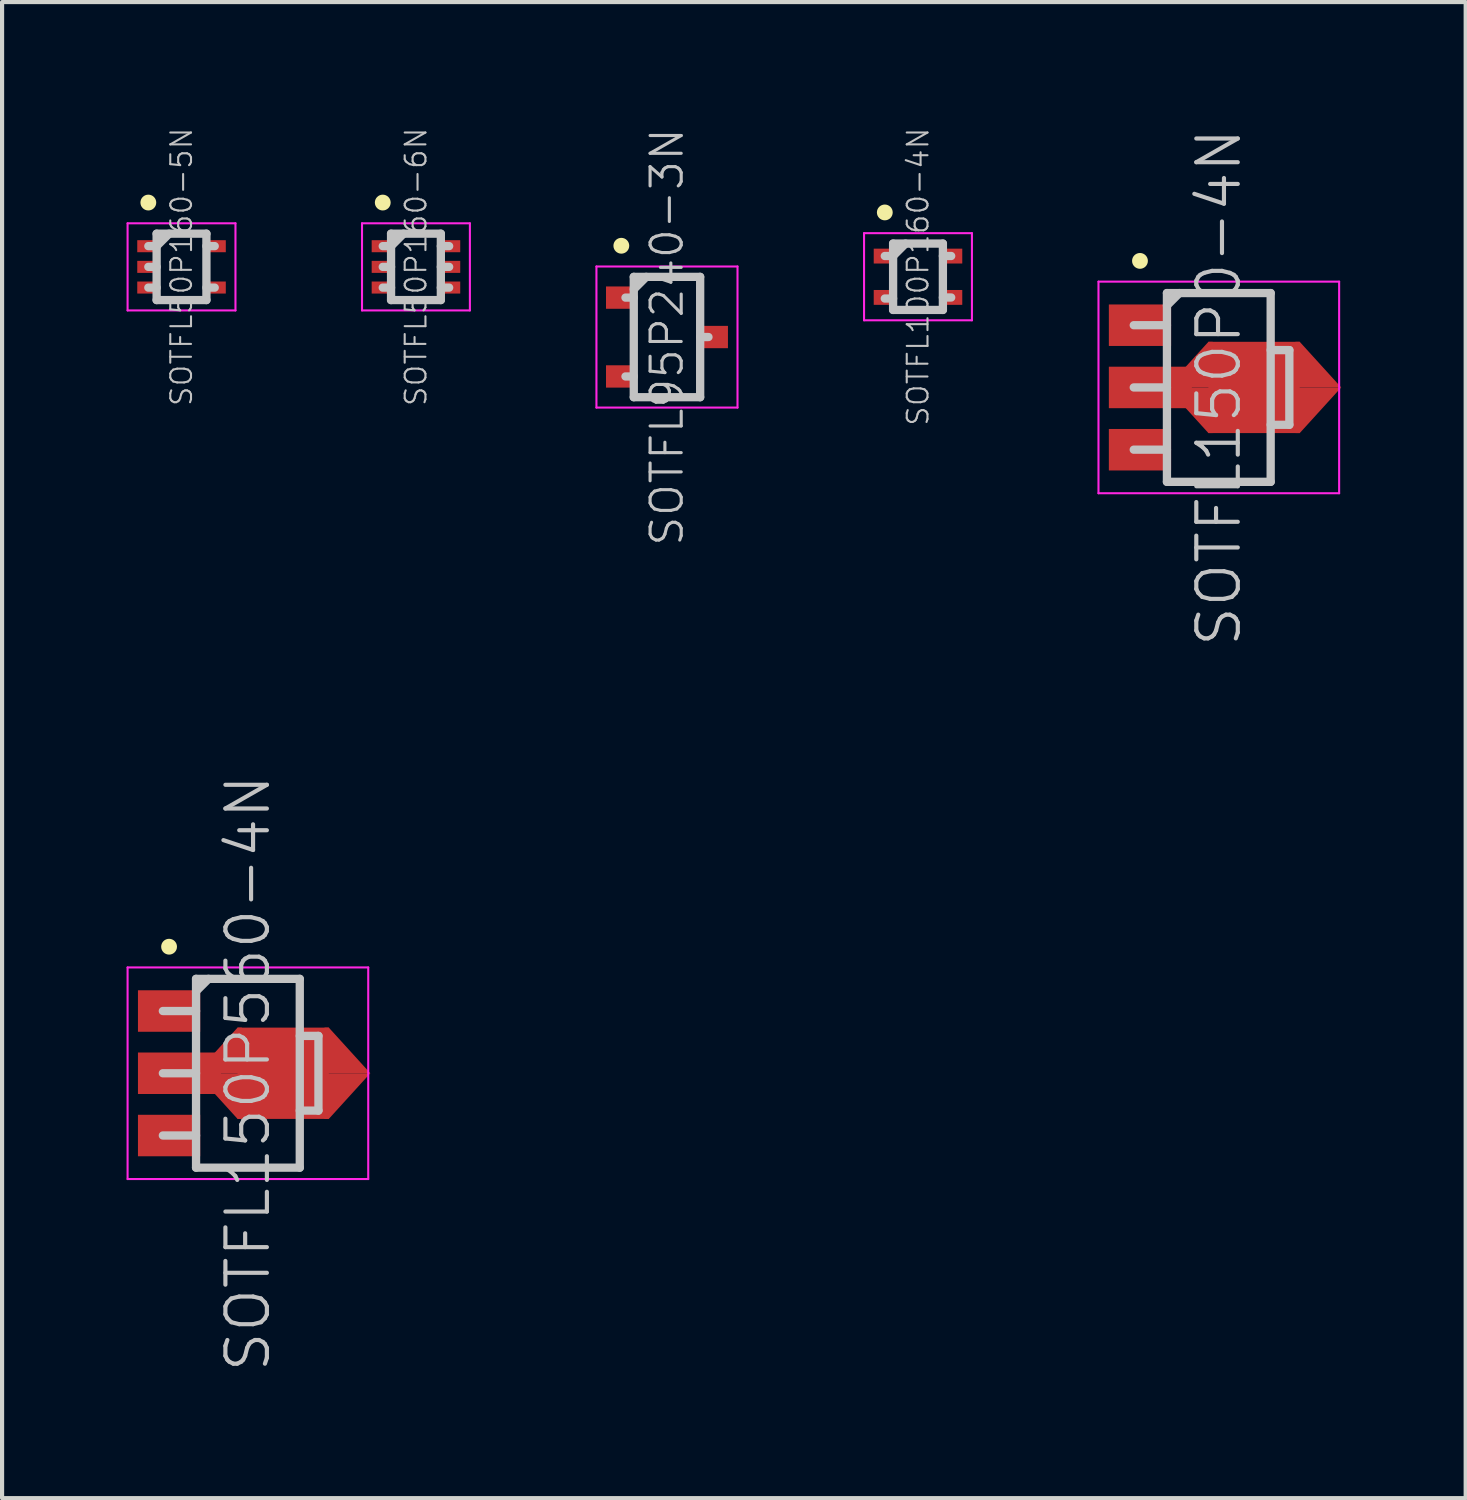
<source format=kicad_pcb>
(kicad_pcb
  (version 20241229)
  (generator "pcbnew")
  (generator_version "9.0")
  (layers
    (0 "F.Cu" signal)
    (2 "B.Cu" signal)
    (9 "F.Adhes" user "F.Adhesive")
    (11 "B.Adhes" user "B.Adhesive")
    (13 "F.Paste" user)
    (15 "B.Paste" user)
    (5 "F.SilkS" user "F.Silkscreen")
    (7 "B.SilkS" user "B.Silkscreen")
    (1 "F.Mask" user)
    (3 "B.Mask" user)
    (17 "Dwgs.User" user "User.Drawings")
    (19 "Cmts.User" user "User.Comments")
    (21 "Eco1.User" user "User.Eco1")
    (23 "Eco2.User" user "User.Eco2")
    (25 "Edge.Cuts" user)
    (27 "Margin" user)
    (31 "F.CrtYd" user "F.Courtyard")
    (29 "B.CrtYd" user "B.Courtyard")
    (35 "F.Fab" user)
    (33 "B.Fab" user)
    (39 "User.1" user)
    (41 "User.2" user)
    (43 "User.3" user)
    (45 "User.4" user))
  (footprint "SOTFL100P160-4N"
    (layer "F.Cu")
    (at 19.075 3.62)
    (property "Reference" "SOTFL100P160-4N" (at 0 0 90) (layer "Dwgs.User") (effects (font (size 0.5 0.5) (thickness 0.05))))
    (attr smd)
    (fp_line (start -0.8 -1.55) (end -0.8 -1.55) (stroke (width 0.381) (type solid)) (layer "F.SilkS"))
    (fp_line (start -0.8 -0.5) (end -0.6 -0.5) (stroke (width 0.2) (type solid)) (layer "Dwgs.User"))
    (fp_line (start -0.8 0.525) (end -0.6 0.525) (stroke (width 0.2) (type solid)) (layer "Dwgs.User"))
    (fp_line (start -0.6 -0.8) (end -0.6 0.8) (stroke (width 0.2) (type solid)) (layer "Dwgs.User"))
    (fp_line (start -0.6 -0.8) (end 0.6 -0.8) (stroke (width 0.2) (type solid)) (layer "Dwgs.User"))
    (fp_line (start -0.6 -0.5) (end -0.3 -0.8) (stroke (width 0.2) (type solid)) (layer "Dwgs.User"))
    (fp_line (start -0.6 0.8) (end 0.6 0.8) (stroke (width 0.2) (type solid)) (layer "Dwgs.User"))
    (fp_line (start 0.6 -0.8) (end 0.6 0.8) (stroke (width 0.2) (type solid)) (layer "Dwgs.User"))
    (fp_line (start 0.6 -0.5) (end 0.8 -0.5) (stroke (width 0.2) (type solid)) (layer "Dwgs.User"))
    (fp_line (start 0.6 0.5) (end 0.8 0.5) (stroke (width 0.2) (type solid)) (layer "Dwgs.User"))
    (fp_line (start -1.3 -1.05) (end -1.3 1.05) (stroke (width 0.05) (type solid)) (layer "F.CrtYd"))
    (fp_line (start -1.3 -1.05) (end 1.3 -1.05) (stroke (width 0.05) (type solid)) (layer "F.CrtYd"))
    (fp_line (start -1.3 1.05) (end 1.3 1.05) (stroke (width 0.05) (type solid)) (layer "F.CrtYd"))
    (fp_line (start 1.3 -1.05) (end 1.3 1.05) (stroke (width 0.05) (type solid)) (layer "F.CrtYd"))
    (pad "1" smd rect (at -0.798 -0.498 90) (size 0.358 0.538) (layers "F.Cu" "F.Mask" "F.Paste"))
    (pad "2" smd rect (at -0.798 0.498 90) (size 0.358 0.538) (layers "F.Cu" "F.Mask" "F.Paste"))
    (pad "3" smd rect (at 0.798 0.498 270) (size 0.358 0.538) (layers "F.Cu" "F.Mask" "F.Paste"))
    (pad "4" smd rect (at 0.798 -0.498 270) (size 0.358 0.538) (layers "F.Cu" "F.Mask" "F.Paste")))
  (footprint "SOTFL95P240-3N"
    (layer "F.Cu")
    (at 13.025 5.073)
    (property "Reference" "SOTFL95P240-3N" (at 0 0 90) (layer "Dwgs.User") (effects (font (size 0.75 0.75) (thickness 0.075))))
    (attr smd)
    (fp_line (start -1.1 -2.2) (end -1.1 -2.2) (stroke (width 0.381) (type solid)) (layer "F.SilkS"))
    (fp_line (start -1 -0.95) (end -0.8 -0.95) (stroke (width 0.2) (type solid)) (layer "Dwgs.User"))
    (fp_line (start -1 0.95) (end -0.8 0.95) (stroke (width 0.2) (type solid)) (layer "Dwgs.User"))
    (fp_line (start -0.8 -1.45) (end -0.8 1.45) (stroke (width 0.2) (type solid)) (layer "Dwgs.User"))
    (fp_line (start -0.8 -1.45) (end 0.8 -1.45) (stroke (width 0.2) (type solid)) (layer "Dwgs.User"))
    (fp_line (start -0.8 -1.15) (end -0.5 -1.45) (stroke (width 0.2) (type solid)) (layer "Dwgs.User"))
    (fp_line (start -0.8 1.45) (end 0.8 1.45) (stroke (width 0.2) (type solid)) (layer "Dwgs.User"))
    (fp_line (start 0.8 -1.45) (end 0.8 1.45) (stroke (width 0.2) (type solid)) (layer "Dwgs.User"))
    (fp_line (start 0.8 0) (end 1 0) (stroke (width 0.2) (type solid)) (layer "Dwgs.User"))
    (fp_line (start -1.7 -1.7) (end -1.7 1.7) (stroke (width 0.05) (type solid)) (layer "F.CrtYd"))
    (fp_line (start -1.7 -1.7) (end 1.7 -1.7) (stroke (width 0.05) (type solid)) (layer "F.CrtYd"))
    (fp_line (start -1.7 1.7) (end 1.7 1.7) (stroke (width 0.05) (type solid)) (layer "F.CrtYd"))
    (fp_line (start 1.7 -1.7) (end 1.7 1.7) (stroke (width 0.05) (type solid)) (layer "F.CrtYd"))
    (pad "1" smd rect (at -1.1 -0.95 90) (size 0.538 0.739) (layers "F.Cu" "F.Mask" "F.Paste"))
    (pad "2" smd rect (at -1.1 0.95 90) (size 0.538 0.739) (layers "F.Cu" "F.Mask" "F.Paste"))
    (pad "3" smd rect (at 1.1 0 270) (size 0.538 0.739) (layers "F.Cu" "F.Mask" "F.Paste")))
  (footprint "SOTFL150P0-4N"
    (layer "F.Cu")
    (at 26.325 6.288)
    (property "Reference" "SOTFL150P0-4N" (at 0 0 90) (layer "Dwgs.User") (effects (font (size 1 1) (thickness 0.1))))
    (attr smd)
    (fp_line (start -1.9 -3.05) (end -1.9 -3.05) (stroke (width 0.381) (type solid)) (layer "F.SilkS"))
    (fp_line (start -1.25 -2.275) (end -1.25 2.275) (stroke (width 0.2) (type solid)) (layer "Dwgs.User"))
    (fp_line (start -1.25 -2.275) (end 1.25 -2.275) (stroke (width 0.2) (type solid)) (layer "Dwgs.User"))
    (fp_line (start -1.25 -1.975) (end -0.95 -2.275) (stroke (width 0.2) (type solid)) (layer "Dwgs.User"))
    (fp_line (start -1.25 -1.5) (end -2.05 -1.5) (stroke (width 0.2) (type solid)) (layer "Dwgs.User"))
    (fp_line (start -1.25 0) (end -2.05 0) (stroke (width 0.2) (type solid)) (layer "Dwgs.User"))
    (fp_line (start -1.25 1.5) (end -2.05 1.5) (stroke (width 0.2) (type solid)) (layer "Dwgs.User"))
    (fp_line (start -1.25 2.275) (end 1.25 2.275) (stroke (width 0.2) (type solid)) (layer "Dwgs.User"))
    (fp_line (start 1.25 -2.275) (end 1.25 2.275) (stroke (width 0.2) (type solid)) (layer "Dwgs.User"))
    (fp_line (start 1.25 -0.9) (end 1.7 -0.9) (stroke (width 0.2) (type solid)) (layer "Dwgs.User"))
    (fp_line (start 1.7 -0.9) (end 1.7 0.9) (stroke (width 0.2) (type solid)) (layer "Dwgs.User"))
    (fp_line (start 1.7 0.9) (end 1.25 0.9) (stroke (width 0.2) (type solid)) (layer "Dwgs.User"))
    (fp_line (start -2.9 -2.55) (end -2.9 2.55) (stroke (width 0.05) (type solid)) (layer "F.CrtYd"))
    (fp_line (start -2.9 -2.55) (end 2.9 -2.55) (stroke (width 0.05) (type solid)) (layer "F.CrtYd"))
    (fp_line (start -2.9 2.55) (end 2.9 2.55) (stroke (width 0.05) (type solid)) (layer "F.CrtYd"))
    (fp_line (start 2.9 -2.55) (end 2.9 2.55) (stroke (width 0.05) (type solid)) (layer "F.CrtYd"))
    (pad "1" smd rect (at -1.9 -1.5 270) (size 1 1.5) (layers "F.Cu" "F.Mask" "F.Paste"))
    (pad "2" smd rect (at -1.65 0 270) (size 1 2) (layers "F.Cu" "F.Mask" "F.Paste"))
    (pad "2" smd trapezoid (at -0.2 -0.55 270) (size 1.1 1.1) (rect_delta -1 0) (layers "F.Cu" "F.Mask" "F.Paste"))
    (pad "2" smd trapezoid (at -0.2 0.55 270) (size 1.1 1.1) (rect_delta 1 0) (layers "F.Cu" "F.Mask" "F.Paste"))
    (pad "2" smd rect (at 0.85 0 270) (size 2.2 2.2) (layers "F.Cu" "F.Mask" "F.Paste"))
    (pad "2" smd trapezoid (at 1.9 -0.55 270) (size 1.1 1.1) (rect_delta -1 0) (layers "F.Cu" "F.Mask" "F.Paste"))
    (pad "2" smd trapezoid (at 1.9 0.55 270) (size 1.1 1.1) (rect_delta 1 0) (layers "F.Cu" "F.Mask" "F.Paste"))
    (pad "3" smd rect (at -1.9 1.501 270) (size 1 1.5) (layers "F.Cu" "F.Mask" "F.Paste")))
  (footprint "SOTFL50P160-5N"
    (layer "F.Cu")
    (at 1.325 3.382)
    (property "Reference" "SOTFL50P160-5N" (at 0 0 90) (layer "Dwgs.User") (effects (font (size 0.5 0.5) (thickness 0.05))))
    (attr smd)
    (fp_line (start -0.8 -1.55) (end -0.8 -1.55) (stroke (width 0.381) (type solid)) (layer "F.SilkS"))
    (fp_line (start -0.8 -0.5) (end -0.6 -0.5) (stroke (width 0.2) (type solid)) (layer "Dwgs.User"))
    (fp_line (start -0.8 0) (end -0.6 0) (stroke (width 0.2) (type solid)) (layer "Dwgs.User"))
    (fp_line (start -0.8 0.5) (end -0.6 0.5) (stroke (width 0.2) (type solid)) (layer "Dwgs.User"))
    (fp_line (start -0.6 -0.8) (end -0.6 0.8) (stroke (width 0.2) (type solid)) (layer "Dwgs.User"))
    (fp_line (start -0.6 -0.8) (end 0.6 -0.8) (stroke (width 0.2) (type solid)) (layer "Dwgs.User"))
    (fp_line (start -0.6 -0.5) (end -0.3 -0.8) (stroke (width 0.2) (type solid)) (layer "Dwgs.User"))
    (fp_line (start -0.6 0.8) (end 0.6 0.8) (stroke (width 0.2) (type solid)) (layer "Dwgs.User"))
    (fp_line (start 0.6 -0.8) (end 0.6 0.8) (stroke (width 0.2) (type solid)) (layer "Dwgs.User"))
    (fp_line (start 0.6 -0.5) (end 0.8 -0.5) (stroke (width 0.2) (type solid)) (layer "Dwgs.User"))
    (fp_line (start 0.6 0.5) (end 0.8 0.5) (stroke (width 0.2) (type solid)) (layer "Dwgs.User"))
    (fp_line (start -1.3 -1.05) (end -1.3 1.05) (stroke (width 0.05) (type solid)) (layer "F.CrtYd"))
    (fp_line (start -1.3 -1.05) (end 1.3 -1.05) (stroke (width 0.05) (type solid)) (layer "F.CrtYd"))
    (fp_line (start -1.3 1.05) (end 1.3 1.05) (stroke (width 0.05) (type solid)) (layer "F.CrtYd"))
    (fp_line (start 1.3 -1.05) (end 1.3 1.05) (stroke (width 0.05) (type solid)) (layer "F.CrtYd"))
    (pad "1" smd rect (at -0.798 -0.498 90) (size 0.29 0.538) (layers "F.Cu" "F.Mask" "F.Paste"))
    (pad "2" smd rect (at -0.798 0 90) (size 0.29 0.538) (layers "F.Cu" "F.Mask" "F.Paste"))
    (pad "3" smd rect (at -0.798 0.498 90) (size 0.29 0.538) (layers "F.Cu" "F.Mask" "F.Paste"))
    (pad "4" smd rect (at 0.798 0.498 270) (size 0.29 0.538) (layers "F.Cu" "F.Mask" "F.Paste"))
    (pad "5" smd rect (at 0.798 -0.498 270) (size 0.29 0.538) (layers "F.Cu" "F.Mask" "F.Paste")))
  (footprint "SOTFL50P160-6N"
    (layer "F.Cu")
    (at 6.975 3.382)
    (property "Reference" "SOTFL50P160-6N" (at 0 0 90) (layer "Dwgs.User") (effects (font (size 0.5 0.5) (thickness 0.05))))
    (attr smd)
    (fp_line (start -0.8 -1.55) (end -0.8 -1.55) (stroke (width 0.381) (type solid)) (layer "F.SilkS"))
    (fp_line (start -0.8 -0.5) (end -0.6 -0.5) (stroke (width 0.2) (type solid)) (layer "Dwgs.User"))
    (fp_line (start -0.8 0) (end -0.6 0) (stroke (width 0.2) (type solid)) (layer "Dwgs.User"))
    (fp_line (start -0.8 0.5) (end -0.6 0.5) (stroke (width 0.2) (type solid)) (layer "Dwgs.User"))
    (fp_line (start -0.6 -0.8) (end -0.6 0.8) (stroke (width 0.2) (type solid)) (layer "Dwgs.User"))
    (fp_line (start -0.6 -0.8) (end 0.6 -0.8) (stroke (width 0.2) (type solid)) (layer "Dwgs.User"))
    (fp_line (start -0.6 -0.5) (end -0.3 -0.8) (stroke (width 0.2) (type solid)) (layer "Dwgs.User"))
    (fp_line (start -0.6 0.8) (end 0.6 0.8) (stroke (width 0.2) (type solid)) (layer "Dwgs.User"))
    (fp_line (start 0.6 -0.8) (end 0.6 0.8) (stroke (width 0.2) (type solid)) (layer "Dwgs.User"))
    (fp_line (start 0.6 -0.5) (end 0.8 -0.5) (stroke (width 0.2) (type solid)) (layer "Dwgs.User"))
    (fp_line (start 0.6 0) (end 0.8 0) (stroke (width 0.2) (type solid)) (layer "Dwgs.User"))
    (fp_line (start 0.6 0.5) (end 0.8 0.5) (stroke (width 0.2) (type solid)) (layer "Dwgs.User"))
    (fp_line (start -1.3 -1.05) (end -1.3 1.05) (stroke (width 0.05) (type solid)) (layer "F.CrtYd"))
    (fp_line (start -1.3 -1.05) (end 1.3 -1.05) (stroke (width 0.05) (type solid)) (layer "F.CrtYd"))
    (fp_line (start -1.3 1.05) (end 1.3 1.05) (stroke (width 0.05) (type solid)) (layer "F.CrtYd"))
    (fp_line (start 1.3 -1.05) (end 1.3 1.05) (stroke (width 0.05) (type solid)) (layer "F.CrtYd"))
    (pad "1" smd rect (at -0.798 -0.498 90) (size 0.29 0.538) (layers "F.Cu" "F.Mask" "F.Paste"))
    (pad "2" smd rect (at -0.798 0 90) (size 0.29 0.538) (layers "F.Cu" "F.Mask" "F.Paste"))
    (pad "3" smd rect (at -0.798 0.498 90) (size 0.29 0.538) (layers "F.Cu" "F.Mask" "F.Paste"))
    (pad "4" smd rect (at 0.798 0.498 270) (size 0.29 0.538) (layers "F.Cu" "F.Mask" "F.Paste"))
    (pad "5" smd rect (at 0.798 0 270) (size 0.29 0.538) (layers "F.Cu" "F.Mask" "F.Paste"))
    (pad "6" smd rect (at 0.798 -0.498 270) (size 0.29 0.538) (layers "F.Cu" "F.Mask" "F.Paste")))
  (footprint "SOTFL150P560-4N"
    (layer "F.Cu")
    (at 2.925 22.817)
    (property "Reference" "SOTFL150P560-4N" (at 0 0 90) (layer "Dwgs.User") (effects (font (size 1 1) (thickness 0.1))))
    (attr smd)
    (fp_line (start -1.9 -3.05) (end -1.9 -3.05) (stroke (width 0.381) (type solid)) (layer "F.SilkS"))
    (fp_line (start -1.25 -2.275) (end -1.25 2.275) (stroke (width 0.2) (type solid)) (layer "Dwgs.User"))
    (fp_line (start -1.25 -2.275) (end 1.25 -2.275) (stroke (width 0.2) (type solid)) (layer "Dwgs.User"))
    (fp_line (start -1.25 -1.975) (end -0.95 -2.275) (stroke (width 0.2) (type solid)) (layer "Dwgs.User"))
    (fp_line (start -1.25 -1.5) (end -2.05 -1.5) (stroke (width 0.2) (type solid)) (layer "Dwgs.User"))
    (fp_line (start -1.25 0) (end -2.05 0) (stroke (width 0.2) (type solid)) (layer "Dwgs.User"))
    (fp_line (start -1.25 1.5) (end -2.05 1.5) (stroke (width 0.2) (type solid)) (layer "Dwgs.User"))
    (fp_line (start -1.25 2.275) (end 1.25 2.275) (stroke (width 0.2) (type solid)) (layer "Dwgs.User"))
    (fp_line (start 1.25 -2.275) (end 1.25 2.275) (stroke (width 0.2) (type solid)) (layer "Dwgs.User"))
    (fp_line (start 1.25 -0.9) (end 1.7 -0.9) (stroke (width 0.2) (type solid)) (layer "Dwgs.User"))
    (fp_line (start 1.7 -0.9) (end 1.7 0.9) (stroke (width 0.2) (type solid)) (layer "Dwgs.User"))
    (fp_line (start 1.7 0.9) (end 1.25 0.9) (stroke (width 0.2) (type solid)) (layer "Dwgs.User"))
    (fp_line (start -2.9 -2.55) (end -2.9 2.55) (stroke (width 0.05) (type solid)) (layer "F.CrtYd"))
    (fp_line (start -2.9 -2.55) (end 2.9 -2.55) (stroke (width 0.05) (type solid)) (layer "F.CrtYd"))
    (fp_line (start -2.9 2.55) (end 2.9 2.55) (stroke (width 0.05) (type solid)) (layer "F.CrtYd"))
    (fp_line (start 2.9 -2.55) (end 2.9 2.55) (stroke (width 0.05) (type solid)) (layer "F.CrtYd"))
    (pad "1" smd rect (at -1.9 -1.5 270) (size 1 1.5) (layers "F.Cu" "F.Mask" "F.Paste"))
    (pad "2" smd rect (at -1.65 0 270) (size 1 2) (layers "F.Cu" "F.Mask" "F.Paste"))
    (pad "2" smd trapezoid (at -0.2 -0.55 270) (size 1.1 1.1) (rect_delta -1 0) (layers "F.Cu" "F.Mask" "F.Paste"))
    (pad "2" smd trapezoid (at -0.2 0.55 270) (size 1.1 1.1) (rect_delta 1 0) (layers "F.Cu" "F.Mask" "F.Paste"))
    (pad "2" smd rect (at 0.85 0 270) (size 2.2 2.2) (layers "F.Cu" "F.Mask" "F.Paste"))
    (pad "2" smd trapezoid (at 1.9 -0.55 270) (size 1.1 1.1) (rect_delta -1 0) (layers "F.Cu" "F.Mask" "F.Paste"))
    (pad "2" smd trapezoid (at 1.9 0.55 270) (size 1.1 1.1) (rect_delta 1 0) (layers "F.Cu" "F.Mask" "F.Paste"))
    (pad "3" smd rect (at -1.9 1.501 270) (size 1 1.5) (layers "F.Cu" "F.Mask" "F.Paste")))
  (gr_rect
    (start -3 -3)
    (end 32.275 33.057)
    (stroke (width 0.1) (type default))
    (fill no)
    (layer "Edge.Cuts")))
</source>
